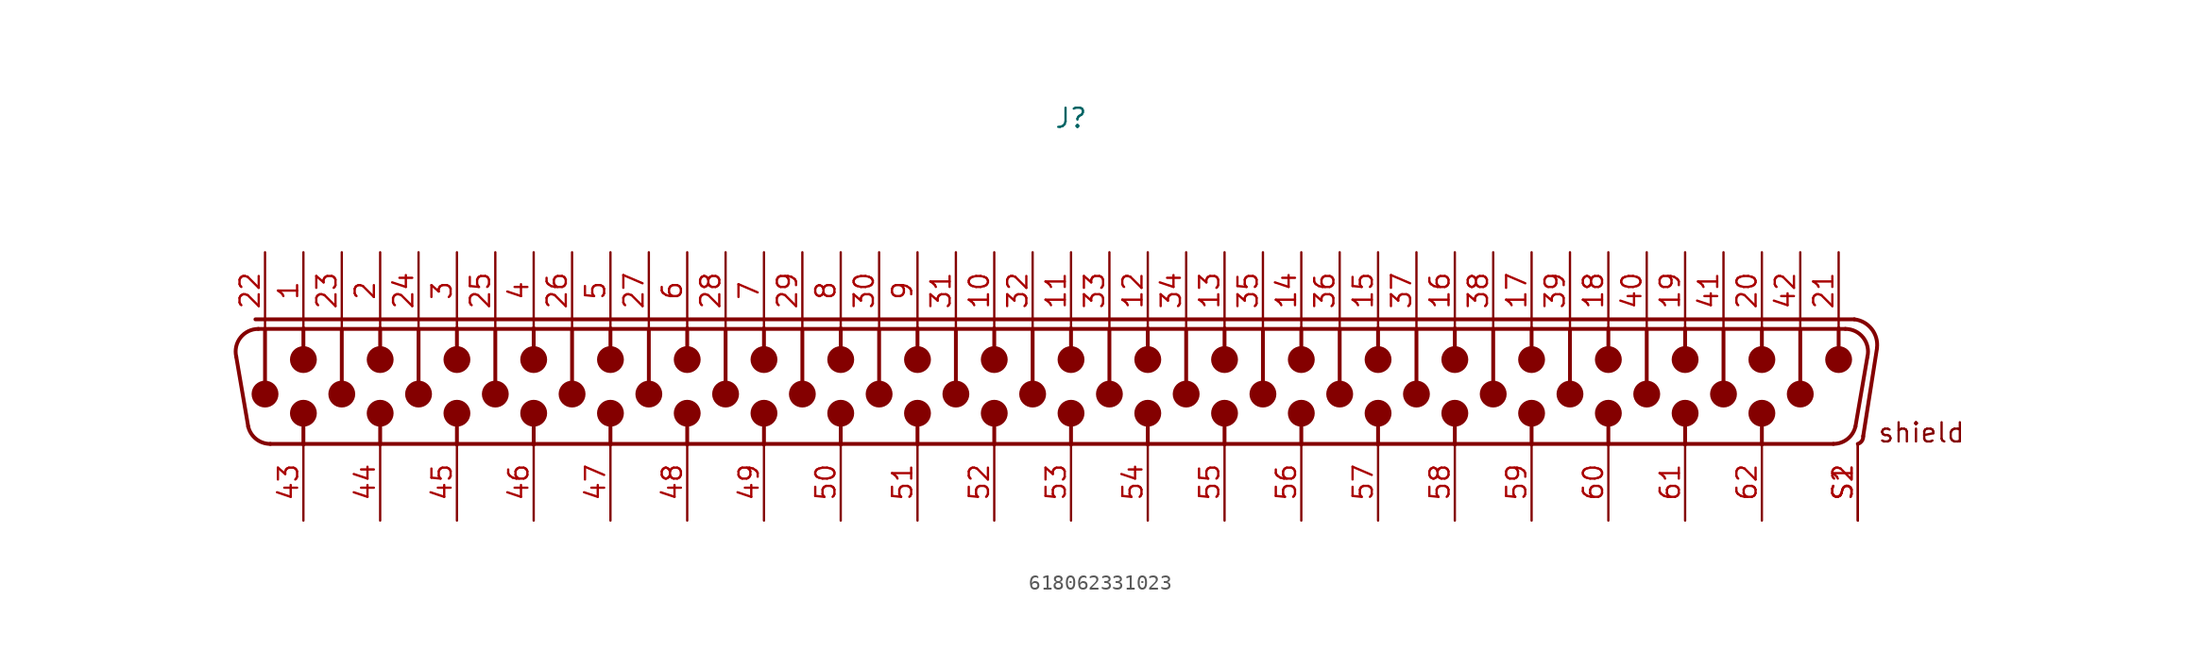
<source format=kicad_sym>
(kicad_symbol_lib
  (version 20241209)
  (generator "kicad_symbol_editor")
  (generator_version "9.0")
  (symbol "618062331023"
    (pin_names
      (hide yes))
    (property "Reference" "J"
      (at 0 17.78 0)
      (effects (font (size 1.27 1.27))))
    (symbol "618062331023_1_0"
      (polyline (pts (xy -54.453 -2.655) (xy -55.244 1.965)) (stroke (width 0.254) (type solid)) (fill (type outline)))
      (polyline (pts (xy -53.975 4.445) (xy 51.84 4.445)) (stroke (width 0.254) (type solid)) (fill (type none)))
      (polyline (pts (xy -53.784 3.81) (xy 51.244 3.81)) (stroke (width 0.254) (type solid)) (fill (type none)))
      (arc (start -55.2442 1.965) (mid -54.9607 3.2407) (end -53.7843 3.81) (stroke (width 0.254) (type solid)) (fill (type none)))
      (polyline (pts (xy -53.34 3.81) (xy -53.34 -0.87)) (stroke (width 0.254) (type solid)) (fill (type none)))
      (circle (center -53.34 -0.508) (radius 0.762) (stroke (width 0.254) (type solid)) (fill (type outline)))
      (arc (start -52.993 -3.81) (mid -53.9238 -3.4862) (end -54.4528 -2.6547) (stroke (width 0.254) (type solid)) (fill (type none)))
      (polyline (pts (xy -50.8 3.85) (xy -50.8 1.67)) (stroke (width 0.254) (type solid)) (fill (type none)))
      (circle (center -50.8 1.778) (radius 0.762) (stroke (width 0.254) (type solid)) (fill (type outline)))
      (circle (center -50.8 -1.778) (radius 0.762) (stroke (width 0.254) (type solid)) (fill (type outline)))
      (polyline (pts (xy -50.8 -3.85) (xy -50.8 -1.67)) (stroke (width 0.254) (type solid)) (fill (type none)))
      (polyline (pts (xy -48.26 3.81) (xy -48.26 -0.87)) (stroke (width 0.254) (type solid)) (fill (type none)))
      (circle (center -48.26 -0.508) (radius 0.762) (stroke (width 0.254) (type solid)) (fill (type outline)))
      (polyline (pts (xy -45.72 3.85) (xy -45.72 1.67)) (stroke (width 0.254) (type solid)) (fill (type none)))
      (circle (center -45.72 1.778) (radius 0.762) (stroke (width 0.254) (type solid)) (fill (type outline)))
      (circle (center -45.72 -1.778) (radius 0.762) (stroke (width 0.254) (type solid)) (fill (type outline)))
      (polyline (pts (xy -45.72 -3.85) (xy -45.72 -1.67)) (stroke (width 0.254) (type solid)) (fill (type none)))
      (polyline (pts (xy -43.18 3.81) (xy -43.18 -0.87)) (stroke (width 0.254) (type solid)) (fill (type none)))
      (circle (center -43.18 -0.508) (radius 0.762) (stroke (width 0.254) (type solid)) (fill (type outline)))
      (polyline (pts (xy -40.64 3.85) (xy -40.64 1.67)) (stroke (width 0.254) (type solid)) (fill (type none)))
      (circle (center -40.64 1.778) (radius 0.762) (stroke (width 0.254) (type solid)) (fill (type outline)))
      (circle (center -40.64 -1.778) (radius 0.762) (stroke (width 0.254) (type solid)) (fill (type outline)))
      (polyline (pts (xy -40.64 -3.85) (xy -40.64 -1.67)) (stroke (width 0.254) (type solid)) (fill (type none)))
      (polyline (pts (xy -38.1 3.81) (xy -38.1 -0.87)) (stroke (width 0.254) (type solid)) (fill (type none)))
      (circle (center -38.1 -0.508) (radius 0.762) (stroke (width 0.254) (type solid)) (fill (type outline)))
      (polyline (pts (xy -35.56 3.85) (xy -35.56 1.67)) (stroke (width 0.254) (type solid)) (fill (type none)))
      (circle (center -35.56 1.778) (radius 0.762) (stroke (width 0.254) (type solid)) (fill (type outline)))
      (circle (center -35.56 -1.778) (radius 0.762) (stroke (width 0.254) (type solid)) (fill (type outline)))
      (polyline (pts (xy -35.56 -3.85) (xy -35.56 -1.67)) (stroke (width 0.254) (type solid)) (fill (type none)))
      (polyline (pts (xy -33.02 3.81) (xy -33.02 -0.87)) (stroke (width 0.254) (type solid)) (fill (type none)))
      (circle (center -33.02 -0.508) (radius 0.762) (stroke (width 0.254) (type solid)) (fill (type outline)))
      (polyline (pts (xy -30.48 3.85) (xy -30.48 1.67)) (stroke (width 0.254) (type solid)) (fill (type none)))
      (circle (center -30.48 1.778) (radius 0.762) (stroke (width 0.254) (type solid)) (fill (type outline)))
      (circle (center -30.48 -1.778) (radius 0.762) (stroke (width 0.254) (type solid)) (fill (type outline)))
      (polyline (pts (xy -30.48 -3.85) (xy -30.48 -1.67)) (stroke (width 0.254) (type solid)) (fill (type none)))
      (polyline (pts (xy -27.94 3.81) (xy -27.94 -0.87)) (stroke (width 0.254) (type solid)) (fill (type none)))
      (circle (center -27.94 -0.508) (radius 0.762) (stroke (width 0.254) (type solid)) (fill (type outline)))
      (polyline (pts (xy -25.4 3.85) (xy -25.4 1.67)) (stroke (width 0.254) (type solid)) (fill (type none)))
      (circle (center -25.4 1.778) (radius 0.762) (stroke (width 0.254) (type solid)) (fill (type outline)))
      (circle (center -25.4 -1.778) (radius 0.762) (stroke (width 0.254) (type solid)) (fill (type outline)))
      (polyline (pts (xy -25.4 -3.85) (xy -25.4 -1.67)) (stroke (width 0.254) (type solid)) (fill (type none)))
      (polyline (pts (xy -22.86 3.81) (xy -22.86 -0.87)) (stroke (width 0.254) (type solid)) (fill (type none)))
      (circle (center -22.86 -0.508) (radius 0.762) (stroke (width 0.254) (type solid)) (fill (type outline)))
      (polyline (pts (xy -20.32 3.85) (xy -20.32 1.67)) (stroke (width 0.254) (type solid)) (fill (type none)))
      (circle (center -20.32 1.778) (radius 0.762) (stroke (width 0.254) (type solid)) (fill (type outline)))
      (circle (center -20.32 -1.778) (radius 0.762) (stroke (width 0.254) (type solid)) (fill (type outline)))
      (polyline (pts (xy -20.32 -3.85) (xy -20.32 -1.67)) (stroke (width 0.254) (type solid)) (fill (type none)))
      (polyline (pts (xy -17.78 3.81) (xy -17.78 -0.87)) (stroke (width 0.254) (type solid)) (fill (type none)))
      (circle (center -17.78 -0.508) (radius 0.762) (stroke (width 0.254) (type solid)) (fill (type outline)))
      (polyline (pts (xy -15.24 3.85) (xy -15.24 1.67)) (stroke (width 0.254) (type solid)) (fill (type none)))
      (circle (center -15.24 1.778) (radius 0.762) (stroke (width 0.254) (type solid)) (fill (type outline)))
      (circle (center -15.24 -1.778) (radius 0.762) (stroke (width 0.254) (type solid)) (fill (type outline)))
      (polyline (pts (xy -15.24 -3.85) (xy -15.24 -1.67)) (stroke (width 0.254) (type solid)) (fill (type none)))
      (polyline (pts (xy -12.7 3.81) (xy -12.7 -0.87)) (stroke (width 0.254) (type solid)) (fill (type none)))
      (circle (center -12.7 -0.508) (radius 0.762) (stroke (width 0.254) (type solid)) (fill (type outline)))
      (polyline (pts (xy -10.16 3.85) (xy -10.16 1.67)) (stroke (width 0.254) (type solid)) (fill (type none)))
      (circle (center -10.16 1.778) (radius 0.762) (stroke (width 0.254) (type solid)) (fill (type outline)))
      (circle (center -10.16 -1.778) (radius 0.762) (stroke (width 0.254) (type solid)) (fill (type outline)))
      (polyline (pts (xy -10.16 -3.85) (xy -10.16 -1.67)) (stroke (width 0.254) (type solid)) (fill (type none)))
      (polyline (pts (xy -7.62 3.81) (xy -7.62 -0.87)) (stroke (width 0.254) (type solid)) (fill (type none)))
      (circle (center -7.62 -0.508) (radius 0.762) (stroke (width 0.254) (type solid)) (fill (type outline)))
      (polyline (pts (xy -5.08 3.85) (xy -5.08 1.67)) (stroke (width 0.254) (type solid)) (fill (type none)))
      (circle (center -5.08 1.778) (radius 0.762) (stroke (width 0.254) (type solid)) (fill (type outline)))
      (circle (center -5.08 -1.778) (radius 0.762) (stroke (width 0.254) (type solid)) (fill (type outline)))
      (polyline (pts (xy -5.08 -3.85) (xy -5.08 -1.67)) (stroke (width 0.254) (type solid)) (fill (type none)))
      (polyline (pts (xy -2.54 3.81) (xy -2.54 -0.87)) (stroke (width 0.254) (type solid)) (fill (type none)))
      (circle (center -2.54 -0.508) (radius 0.762) (stroke (width 0.254) (type solid)) (fill (type outline)))
      (polyline (pts (xy 0 3.85) (xy 0 1.67)) (stroke (width 0.254) (type solid)) (fill (type none)))
      (circle (center 0 1.778) (radius 0.762) (stroke (width 0.254) (type solid)) (fill (type outline)))
      (circle (center 0 -1.778) (radius 0.762) (stroke (width 0.254) (type solid)) (fill (type outline)))
      (polyline (pts (xy 0 -3.85) (xy 0 -1.67)) (stroke (width 0.254) (type solid)) (fill (type none)))
      (polyline (pts (xy 2.54 3.81) (xy 2.54 -0.87)) (stroke (width 0.254) (type solid)) (fill (type none)))
      (circle (center 2.54 -0.508) (radius 0.762) (stroke (width 0.254) (type solid)) (fill (type outline)))
      (polyline (pts (xy 5.08 3.85) (xy 5.08 1.67)) (stroke (width 0.254) (type solid)) (fill (type none)))
      (circle (center 5.08 1.778) (radius 0.762) (stroke (width 0.254) (type solid)) (fill (type outline)))
      (circle (center 5.08 -1.778) (radius 0.762) (stroke (width 0.254) (type solid)) (fill (type outline)))
      (polyline (pts (xy 5.08 -3.85) (xy 5.08 -1.67)) (stroke (width 0.254) (type solid)) (fill (type none)))
      (polyline (pts (xy 7.62 3.81) (xy 7.62 -0.87)) (stroke (width 0.254) (type solid)) (fill (type none)))
      (circle (center 7.62 -0.508) (radius 0.762) (stroke (width 0.254) (type solid)) (fill (type outline)))
      (polyline (pts (xy 10.16 3.85) (xy 10.16 1.67)) (stroke (width 0.254) (type solid)) (fill (type none)))
      (circle (center 10.16 1.778) (radius 0.762) (stroke (width 0.254) (type solid)) (fill (type outline)))
      (circle (center 10.16 -1.778) (radius 0.762) (stroke (width 0.254) (type solid)) (fill (type outline)))
      (polyline (pts (xy 10.16 -3.85) (xy 10.16 -1.67)) (stroke (width 0.254) (type solid)) (fill (type none)))
      (polyline (pts (xy 12.7 3.81) (xy 12.7 -0.87)) (stroke (width 0.254) (type solid)) (fill (type none)))
      (circle (center 12.7 -0.508) (radius 0.762) (stroke (width 0.254) (type solid)) (fill (type outline)))
      (polyline (pts (xy 15.24 3.85) (xy 15.24 1.67)) (stroke (width 0.254) (type solid)) (fill (type none)))
      (circle (center 15.24 1.778) (radius 0.762) (stroke (width 0.254) (type solid)) (fill (type outline)))
      (circle (center 15.24 -1.778) (radius 0.762) (stroke (width 0.254) (type solid)) (fill (type outline)))
      (polyline (pts (xy 15.24 -3.85) (xy 15.24 -1.67)) (stroke (width 0.254) (type solid)) (fill (type none)))
      (polyline (pts (xy 17.78 3.81) (xy 17.78 -0.87)) (stroke (width 0.254) (type solid)) (fill (type none)))
      (circle (center 17.78 -0.508) (radius 0.762) (stroke (width 0.254) (type solid)) (fill (type outline)))
      (polyline (pts (xy 20.32 3.85) (xy 20.32 1.67)) (stroke (width 0.254) (type solid)) (fill (type none)))
      (circle (center 20.32 1.778) (radius 0.762) (stroke (width 0.254) (type solid)) (fill (type outline)))
      (circle (center 20.32 -1.778) (radius 0.762) (stroke (width 0.254) (type solid)) (fill (type outline)))
      (polyline (pts (xy 20.32 -3.85) (xy 20.32 -1.67)) (stroke (width 0.254) (type solid)) (fill (type none)))
      (polyline (pts (xy 22.86 3.81) (xy 22.86 -0.87)) (stroke (width 0.254) (type solid)) (fill (type none)))
      (circle (center 22.86 -0.508) (radius 0.762) (stroke (width 0.254) (type solid)) (fill (type outline)))
      (polyline (pts (xy 25.4 3.85) (xy 25.4 1.67)) (stroke (width 0.254) (type solid)) (fill (type none)))
      (circle (center 25.4 1.778) (radius 0.762) (stroke (width 0.254) (type solid)) (fill (type outline)))
      (circle (center 25.4 -1.778) (radius 0.762) (stroke (width 0.254) (type solid)) (fill (type outline)))
      (polyline (pts (xy 25.4 -3.85) (xy 25.4 -1.67)) (stroke (width 0.254) (type solid)) (fill (type none)))
      (polyline (pts (xy 27.94 3.81) (xy 27.94 -0.87)) (stroke (width 0.254) (type solid)) (fill (type none)))
      (circle (center 27.94 -0.508) (radius 0.762) (stroke (width 0.254) (type solid)) (fill (type outline)))
      (polyline (pts (xy 30.48 3.85) (xy 30.48 1.67)) (stroke (width 0.254) (type solid)) (fill (type none)))
      (circle (center 30.48 1.778) (radius 0.762) (stroke (width 0.254) (type solid)) (fill (type outline)))
      (circle (center 30.48 -1.778) (radius 0.762) (stroke (width 0.254) (type solid)) (fill (type outline)))
      (polyline (pts (xy 30.48 -3.85) (xy 30.48 -1.67)) (stroke (width 0.254) (type solid)) (fill (type none)))
      (polyline (pts (xy 33.02 3.81) (xy 33.02 -0.87)) (stroke (width 0.254) (type solid)) (fill (type none)))
      (circle (center 33.02 -0.508) (radius 0.762) (stroke (width 0.254) (type solid)) (fill (type outline)))
      (polyline (pts (xy 35.56 3.85) (xy 35.56 1.67)) (stroke (width 0.254) (type solid)) (fill (type none)))
      (circle (center 35.56 1.778) (radius 0.762) (stroke (width 0.254) (type solid)) (fill (type outline)))
      (circle (center 35.56 -1.778) (radius 0.762) (stroke (width 0.254) (type solid)) (fill (type outline)))
      (polyline (pts (xy 35.56 -3.85) (xy 35.56 -1.67)) (stroke (width 0.254) (type solid)) (fill (type none)))
      (polyline (pts (xy 38.1 3.81) (xy 38.1 -0.87)) (stroke (width 0.254) (type solid)) (fill (type none)))
      (circle (center 38.1 -0.508) (radius 0.762) (stroke (width 0.254) (type solid)) (fill (type outline)))
      (polyline (pts (xy 40.64 3.85) (xy 40.64 1.67)) (stroke (width 0.254) (type solid)) (fill (type none)))
      (circle (center 40.64 1.778) (radius 0.762) (stroke (width 0.254) (type solid)) (fill (type outline)))
      (circle (center 40.64 -1.778) (radius 0.762) (stroke (width 0.254) (type solid)) (fill (type outline)))
      (polyline (pts (xy 40.64 -3.85) (xy 40.64 -1.67)) (stroke (width 0.254) (type solid)) (fill (type none)))
      (polyline (pts (xy 43.18 3.81) (xy 43.18 -0.87)) (stroke (width 0.254) (type solid)) (fill (type none)))
      (circle (center 43.18 -0.508) (radius 0.762) (stroke (width 0.254) (type solid)) (fill (type outline)))
      (polyline (pts (xy 45.72 3.85) (xy 45.72 1.67)) (stroke (width 0.254) (type solid)) (fill (type none)))
      (circle (center 45.72 1.778) (radius 0.762) (stroke (width 0.254) (type solid)) (fill (type outline)))
      (circle (center 45.72 -1.778) (radius 0.762) (stroke (width 0.254) (type solid)) (fill (type outline)))
      (polyline (pts (xy 45.72 -3.85) (xy 45.72 -1.67)) (stroke (width 0.254) (type solid)) (fill (type none)))
      (polyline (pts (xy 48.26 3.81) (xy 48.26 -0.87)) (stroke (width 0.254) (type solid)) (fill (type none)))
      (circle (center 48.26 -0.508) (radius 0.762) (stroke (width 0.254) (type solid)) (fill (type outline)))
      (arc (start 51.9128 -2.6548) (mid 51.3837 -3.4863) (end 50.4529 -3.81) (stroke (width 0.254) (type solid)) (fill (type none)))
      (polyline (pts (xy 50.453 -3.81) (xy -52.993 -3.81)) (stroke (width 0.254) (type solid)) (fill (type none)))
      (polyline (pts (xy 50.8 3.85) (xy 50.8 1.67)) (stroke (width 0.254) (type solid)) (fill (type none)))
      (circle (center 50.8 1.778) (radius 0.762) (stroke (width 0.254) (type solid)) (fill (type outline)))
      (arc (start 51.2443 3.81) (mid 52.4207 3.2407) (end 52.7042 1.965) (stroke (width 0.254) (type solid)) (fill (type none)))
      (arc (start 51.84 4.445) (mid 52.9864 3.8046) (end 53.34 2.54) (stroke (width 0.254) (type solid)) (fill (type none)))
      (arc (start 52.4239 -3.3037) (mid 52.3343 -3.618) (end 52.07 -3.81) (stroke (width 0.254) (type solid)) (fill (type none)))
      (polyline (pts (xy 52.424 -3.304) (xy 53.34 2.54)) (stroke (width 0.254) (type solid)) (fill (type none)))
      (polyline (pts (xy 52.704 1.965) (xy 51.913 -2.655)) (stroke (width 0.254) (type solid)) (fill (type none)))
      (pin passive line (at -53.34 8.89 270) (length 5.08) (name "22" (effects (font (size 1.27 1.27)))) (number "22" (effects (font (size 1.27 1.27)))))
      (pin passive line (at -50.8 8.89 270) (length 5.08) (name "1" (effects (font (size 1.27 1.27)))) (number "1" (effects (font (size 1.27 1.27)))))
      (pin passive line (at -50.8 -8.89 90) (length 5.08) (name "43" (effects (font (size 1.27 1.27)))) (number "43" (effects (font (size 1.27 1.27)))))
      (pin passive line (at -48.26 8.89 270) (length 5.08) (name "23" (effects (font (size 1.27 1.27)))) (number "23" (effects (font (size 1.27 1.27)))))
      (pin passive line (at -45.72 8.89 270) (length 5.08) (name "2" (effects (font (size 1.27 1.27)))) (number "2" (effects (font (size 1.27 1.27)))))
      (pin passive line (at -45.72 -8.89 90) (length 5.08) (name "44" (effects (font (size 1.27 1.27)))) (number "44" (effects (font (size 1.27 1.27)))))
      (pin passive line (at -43.18 8.89 270) (length 5.08) (name "24" (effects (font (size 1.27 1.27)))) (number "24" (effects (font (size 1.27 1.27)))))
      (pin passive line (at -40.64 8.89 270) (length 5.08) (name "3" (effects (font (size 1.27 1.27)))) (number "3" (effects (font (size 1.27 1.27)))))
      (pin passive line (at -40.64 -8.89 90) (length 5.08) (name "45" (effects (font (size 1.27 1.27)))) (number "45" (effects (font (size 1.27 1.27)))))
      (pin passive line (at -38.1 8.89 270) (length 5.08) (name "25" (effects (font (size 1.27 1.27)))) (number "25" (effects (font (size 1.27 1.27)))))
      (pin passive line (at -35.56 8.89 270) (length 5.08) (name "4" (effects (font (size 1.27 1.27)))) (number "4" (effects (font (size 1.27 1.27)))))
      (pin passive line (at -35.56 -8.89 90) (length 5.08) (name "46" (effects (font (size 1.27 1.27)))) (number "46" (effects (font (size 1.27 1.27)))))
      (pin passive line (at -33.02 8.89 270) (length 5.08) (name "26" (effects (font (size 1.27 1.27)))) (number "26" (effects (font (size 1.27 1.27)))))
      (pin passive line (at -30.48 8.89 270) (length 5.08) (name "5" (effects (font (size 1.27 1.27)))) (number "5" (effects (font (size 1.27 1.27)))))
      (pin passive line (at -30.48 -8.89 90) (length 5.08) (name "47" (effects (font (size 1.27 1.27)))) (number "47" (effects (font (size 1.27 1.27)))))
      (pin passive line (at -27.94 8.89 270) (length 5.08) (name "27" (effects (font (size 1.27 1.27)))) (number "27" (effects (font (size 1.27 1.27)))))
      (pin passive line (at -25.4 8.89 270) (length 5.08) (name "6" (effects (font (size 1.27 1.27)))) (number "6" (effects (font (size 1.27 1.27)))))
      (pin passive line (at -25.4 -8.89 90) (length 5.08) (name "48" (effects (font (size 1.27 1.27)))) (number "48" (effects (font (size 1.27 1.27)))))
      (pin passive line (at -22.86 8.89 270) (length 5.08) (name "28" (effects (font (size 1.27 1.27)))) (number "28" (effects (font (size 1.27 1.27)))))
      (pin passive line (at -20.32 8.89 270) (length 5.08) (name "7" (effects (font (size 1.27 1.27)))) (number "7" (effects (font (size 1.27 1.27)))))
      (pin passive line (at -20.32 -8.89 90) (length 5.08) (name "49" (effects (font (size 1.27 1.27)))) (number "49" (effects (font (size 1.27 1.27)))))
      (pin passive line (at -17.78 8.89 270) (length 5.08) (name "29" (effects (font (size 1.27 1.27)))) (number "29" (effects (font (size 1.27 1.27)))))
      (pin passive line (at -15.24 8.89 270) (length 5.08) (name "8" (effects (font (size 1.27 1.27)))) (number "8" (effects (font (size 1.27 1.27)))))
      (pin passive line (at -15.24 -8.89 90) (length 5.08) (name "50" (effects (font (size 1.27 1.27)))) (number "50" (effects (font (size 1.27 1.27)))))
      (pin passive line (at -12.7 8.89 270) (length 5.08) (name "30" (effects (font (size 1.27 1.27)))) (number "30" (effects (font (size 1.27 1.27)))))
      (pin passive line (at -10.16 8.89 270) (length 5.08) (name "9" (effects (font (size 1.27 1.27)))) (number "9" (effects (font (size 1.27 1.27)))))
      (pin passive line (at -10.16 -8.89 90) (length 5.08) (name "51" (effects (font (size 1.27 1.27)))) (number "51" (effects (font (size 1.27 1.27)))))
      (pin passive line (at -7.62 8.89 270) (length 5.08) (name "31" (effects (font (size 1.27 1.27)))) (number "31" (effects (font (size 1.27 1.27)))))
      (pin passive line (at -5.08 8.89 270) (length 5.08) (name "10" (effects (font (size 1.27 1.27)))) (number "10" (effects (font (size 1.27 1.27)))))
      (pin passive line (at -5.08 -8.89 90) (length 5.08) (name "52" (effects (font (size 1.27 1.27)))) (number "52" (effects (font (size 1.27 1.27)))))
      (pin passive line (at -2.54 8.89 270) (length 5.08) (name "32" (effects (font (size 1.27 1.27)))) (number "32" (effects (font (size 1.27 1.27)))))
      (pin passive line (at 0 8.89 270) (length 5.08) (name "11" (effects (font (size 1.27 1.27)))) (number "11" (effects (font (size 1.27 1.27)))))
      (pin passive line (at 0 -8.89 90) (length 5.08) (name "53" (effects (font (size 1.27 1.27)))) (number "53" (effects (font (size 1.27 1.27)))))
      (pin passive line (at 2.54 8.89 270) (length 5.08) (name "33" (effects (font (size 1.27 1.27)))) (number "33" (effects (font (size 1.27 1.27)))))
      (pin passive line (at 5.08 8.89 270) (length 5.08) (name "12" (effects (font (size 1.27 1.27)))) (number "12" (effects (font (size 1.27 1.27)))))
      (pin passive line (at 5.08 -8.89 90) (length 5.08) (name "54" (effects (font (size 1.27 1.27)))) (number "54" (effects (font (size 1.27 1.27)))))
      (pin passive line (at 7.62 8.89 270) (length 5.08) (name "34" (effects (font (size 1.27 1.27)))) (number "34" (effects (font (size 1.27 1.27)))))
      (pin passive line (at 10.16 8.89 270) (length 5.08) (name "13" (effects (font (size 1.27 1.27)))) (number "13" (effects (font (size 1.27 1.27)))))
      (pin passive line (at 10.16 -8.89 90) (length 5.08) (name "55" (effects (font (size 1.27 1.27)))) (number "55" (effects (font (size 1.27 1.27)))))
      (pin passive line (at 12.7 8.89 270) (length 5.08) (name "35" (effects (font (size 1.27 1.27)))) (number "35" (effects (font (size 1.27 1.27)))))
      (pin passive line (at 15.24 8.89 270) (length 5.08) (name "14" (effects (font (size 1.27 1.27)))) (number "14" (effects (font (size 1.27 1.27)))))
      (pin passive line (at 15.24 -8.89 90) (length 5.08) (name "56" (effects (font (size 1.27 1.27)))) (number "56" (effects (font (size 1.27 1.27)))))
      (pin passive line (at 17.78 8.89 270) (length 5.08) (name "36" (effects (font (size 1.27 1.27)))) (number "36" (effects (font (size 1.27 1.27)))))
      (pin passive line (at 20.32 8.89 270) (length 5.08) (name "15" (effects (font (size 1.27 1.27)))) (number "15" (effects (font (size 1.27 1.27)))))
      (pin passive line (at 20.32 -8.89 90) (length 5.08) (name "57" (effects (font (size 1.27 1.27)))) (number "57" (effects (font (size 1.27 1.27)))))
      (pin passive line (at 22.86 8.89 270) (length 5.08) (name "37" (effects (font (size 1.27 1.27)))) (number "37" (effects (font (size 1.27 1.27)))))
      (pin passive line (at 25.4 8.89 270) (length 5.08) (name "16" (effects (font (size 1.27 1.27)))) (number "16" (effects (font (size 1.27 1.27)))))
      (pin passive line (at 25.4 -8.89 90) (length 5.08) (name "58" (effects (font (size 1.27 1.27)))) (number "58" (effects (font (size 1.27 1.27)))))
      (pin passive line (at 27.94 8.89 270) (length 5.08) (name "38" (effects (font (size 1.27 1.27)))) (number "38" (effects (font (size 1.27 1.27)))))
      (pin passive line (at 30.48 8.89 270) (length 5.08) (name "17" (effects (font (size 1.27 1.27)))) (number "17" (effects (font (size 1.27 1.27)))))
      (pin passive line (at 30.48 -8.89 90) (length 5.08) (name "59" (effects (font (size 1.27 1.27)))) (number "59" (effects (font (size 1.27 1.27)))))
      (pin passive line (at 33.02 8.89 270) (length 5.08) (name "39" (effects (font (size 1.27 1.27)))) (number "39" (effects (font (size 1.27 1.27)))))
      (pin passive line (at 35.56 8.89 270) (length 5.08) (name "18" (effects (font (size 1.27 1.27)))) (number "18" (effects (font (size 1.27 1.27)))))
      (pin passive line (at 35.56 -8.89 90) (length 5.08) (name "60" (effects (font (size 1.27 1.27)))) (number "60" (effects (font (size 1.27 1.27)))))
      (pin passive line (at 38.1 8.89 270) (length 5.08) (name "40" (effects (font (size 1.27 1.27)))) (number "40" (effects (font (size 1.27 1.27)))))
      (pin passive line (at 40.64 8.89 270) (length 5.08) (name "19" (effects (font (size 1.27 1.27)))) (number "19" (effects (font (size 1.27 1.27)))))
      (pin passive line (at 40.64 -8.89 90) (length 5.08) (name "61" (effects (font (size 1.27 1.27)))) (number "61" (effects (font (size 1.27 1.27)))))
      (pin passive line (at 43.18 8.89 270) (length 5.08) (name "41" (effects (font (size 1.27 1.27)))) (number "41" (effects (font (size 1.27 1.27)))))
      (pin passive line (at 45.72 8.89 270) (length 5.08) (name "20" (effects (font (size 1.27 1.27)))) (number "20" (effects (font (size 1.27 1.27)))))
      (pin passive line (at 45.72 -8.89 90) (length 5.08) (name "62" (effects (font (size 1.27 1.27)))) (number "62" (effects (font (size 1.27 1.27)))))
      (pin passive line (at 48.26 8.89 270) (length 5.08) (name "42" (effects (font (size 1.27 1.27)))) (number "42" (effects (font (size 1.27 1.27)))))
      (pin passive line (at 50.8 8.89 270) (length 5.08) (name "21" (effects (font (size 1.27 1.27)))) (number "21" (effects (font (size 1.27 1.27)))))
      (pin passive line (at 52.07 -8.89 90) (length 5.08) (name "SHIELD" (effects (font (size 1.27 1.27)))) (number "S1" (effects (font (size 1.27 1.27)))))
      (pin passive line (at 52.07 -8.89 90) (length 5.08) (name "SHIELD" (effects (font (size 1.27 1.27)))) (number "S2" (effects (font (size 1.27 1.27))))))
    (symbol "618062331023_1_1"
      (text "shield" (at 53.34 -3.81 0) (effects (font (size 1.27 1.27)) (justify left bottom))))))
</source>
